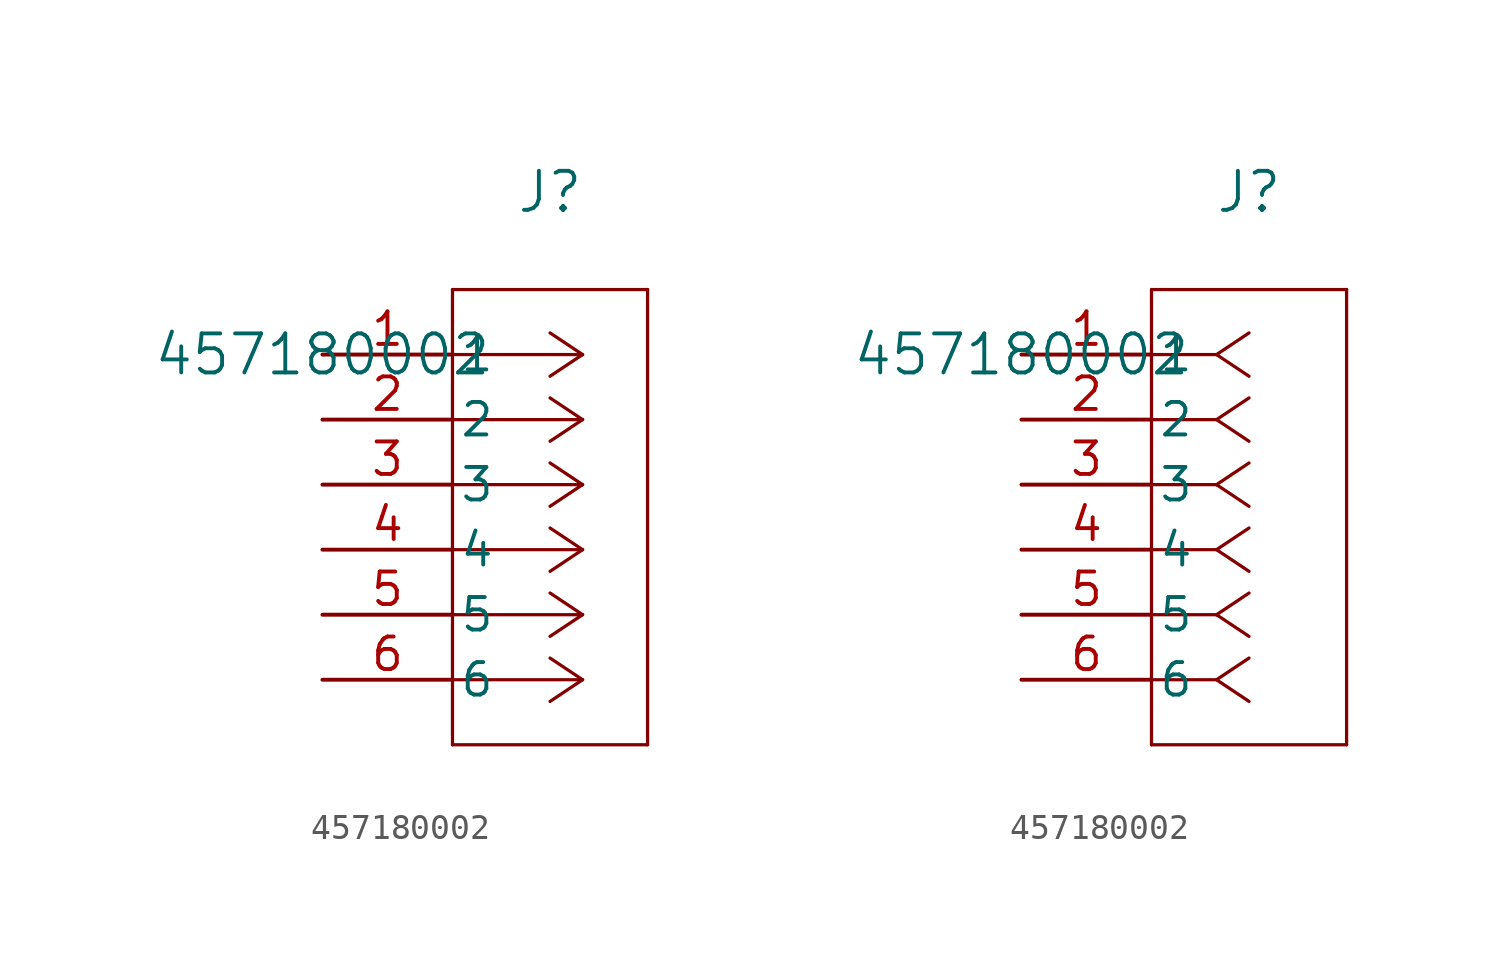
<source format=kicad_sym>
(kicad_symbol_lib
  (version 20241209)
  (generator "kicad_symbol_editor")
  (generator_version "9.0")
  (symbol "457180002"
    (pin_names
      (offset 0.254))
    (property "Reference" "J"
      (at 8.89 6.35 0)
      (effects (font (size 1.524 1.524))))
    (property "Value" "457180002"
      (at 0 0 0)
      (effects (font (size 1.524 1.524))))
    (symbol "457180002_1_1"
      (polyline (pts (xy 5.08 2.54) (xy 5.08 -15.24)) (stroke (width 0.127) (type default)) (fill (type none)))
      (polyline (pts (xy 5.08 -15.24) (xy 12.7 -15.24)) (stroke (width 0.127) (type default)) (fill (type none)))
      (polyline (pts (xy 10.16 0) (xy 5.08 0)) (stroke (width 0.127) (type default)) (fill (type none)))
      (polyline (pts (xy 10.16 0) (xy 8.89 0.847)) (stroke (width 0.127) (type default)) (fill (type none)))
      (polyline (pts (xy 10.16 0) (xy 8.89 -0.847)) (stroke (width 0.127) (type default)) (fill (type none)))
      (polyline (pts (xy 10.16 -2.54) (xy 5.08 -2.54)) (stroke (width 0.127) (type default)) (fill (type none)))
      (polyline (pts (xy 10.16 -2.54) (xy 8.89 -1.693)) (stroke (width 0.127) (type default)) (fill (type none)))
      (polyline (pts (xy 10.16 -2.54) (xy 8.89 -3.387)) (stroke (width 0.127) (type default)) (fill (type none)))
      (polyline (pts (xy 10.16 -5.08) (xy 5.08 -5.08)) (stroke (width 0.127) (type default)) (fill (type none)))
      (polyline (pts (xy 10.16 -5.08) (xy 8.89 -4.233)) (stroke (width 0.127) (type default)) (fill (type none)))
      (polyline (pts (xy 10.16 -5.08) (xy 8.89 -5.927)) (stroke (width 0.127) (type default)) (fill (type none)))
      (polyline (pts (xy 10.16 -7.62) (xy 5.08 -7.62)) (stroke (width 0.127) (type default)) (fill (type none)))
      (polyline (pts (xy 10.16 -7.62) (xy 8.89 -6.773)) (stroke (width 0.127) (type default)) (fill (type none)))
      (polyline (pts (xy 10.16 -7.62) (xy 8.89 -8.467)) (stroke (width 0.127) (type default)) (fill (type none)))
      (polyline (pts (xy 10.16 -10.16) (xy 5.08 -10.16)) (stroke (width 0.127) (type default)) (fill (type none)))
      (polyline (pts (xy 10.16 -10.16) (xy 8.89 -9.313)) (stroke (width 0.127) (type default)) (fill (type none)))
      (polyline (pts (xy 10.16 -10.16) (xy 8.89 -11.007)) (stroke (width 0.127) (type default)) (fill (type none)))
      (polyline (pts (xy 10.16 -12.7) (xy 5.08 -12.7)) (stroke (width 0.127) (type default)) (fill (type none)))
      (polyline (pts (xy 10.16 -12.7) (xy 8.89 -11.853)) (stroke (width 0.127) (type default)) (fill (type none)))
      (polyline (pts (xy 10.16 -12.7) (xy 8.89 -13.547)) (stroke (width 0.127) (type default)) (fill (type none)))
      (polyline (pts (xy 12.7 2.54) (xy 5.08 2.54)) (stroke (width 0.127) (type default)) (fill (type none)))
      (polyline (pts (xy 12.7 -15.24) (xy 12.7 2.54)) (stroke (width 0.127) (type default)) (fill (type none)))
      (pin unspecified line (at 0 0 0) (length 5.08) (name "1" (effects (font (size 1.27 1.27)))) (number "1" (effects (font (size 1.27 1.27)))))
      (pin unspecified line (at 0 -2.54 0) (length 5.08) (name "2" (effects (font (size 1.27 1.27)))) (number "2" (effects (font (size 1.27 1.27)))))
      (pin unspecified line (at 0 -5.08 0) (length 5.08) (name "3" (effects (font (size 1.27 1.27)))) (number "3" (effects (font (size 1.27 1.27)))))
      (pin unspecified line (at 0 -7.62 0) (length 5.08) (name "4" (effects (font (size 1.27 1.27)))) (number "4" (effects (font (size 1.27 1.27)))))
      (pin unspecified line (at 0 -10.16 0) (length 5.08) (name "5" (effects (font (size 1.27 1.27)))) (number "5" (effects (font (size 1.27 1.27)))))
      (pin unspecified line (at 0 -12.7 0) (length 5.08) (name "6" (effects (font (size 1.27 1.27)))) (number "6" (effects (font (size 1.27 1.27))))))
    (symbol "457180002_1_2"
      (polyline (pts (xy 5.08 2.54) (xy 5.08 -15.24)) (stroke (width 0.127) (type default)) (fill (type none)))
      (polyline (pts (xy 5.08 -15.24) (xy 12.7 -15.24)) (stroke (width 0.127) (type default)) (fill (type none)))
      (polyline (pts (xy 7.62 0) (xy 5.08 0)) (stroke (width 0.127) (type default)) (fill (type none)))
      (polyline (pts (xy 7.62 0) (xy 8.89 0.847)) (stroke (width 0.127) (type default)) (fill (type none)))
      (polyline (pts (xy 7.62 0) (xy 8.89 -0.847)) (stroke (width 0.127) (type default)) (fill (type none)))
      (polyline (pts (xy 7.62 -2.54) (xy 5.08 -2.54)) (stroke (width 0.127) (type default)) (fill (type none)))
      (polyline (pts (xy 7.62 -2.54) (xy 8.89 -1.693)) (stroke (width 0.127) (type default)) (fill (type none)))
      (polyline (pts (xy 7.62 -2.54) (xy 8.89 -3.387)) (stroke (width 0.127) (type default)) (fill (type none)))
      (polyline (pts (xy 7.62 -5.08) (xy 5.08 -5.08)) (stroke (width 0.127) (type default)) (fill (type none)))
      (polyline (pts (xy 7.62 -5.08) (xy 8.89 -4.233)) (stroke (width 0.127) (type default)) (fill (type none)))
      (polyline (pts (xy 7.62 -5.08) (xy 8.89 -5.927)) (stroke (width 0.127) (type default)) (fill (type none)))
      (polyline (pts (xy 7.62 -7.62) (xy 5.08 -7.62)) (stroke (width 0.127) (type default)) (fill (type none)))
      (polyline (pts (xy 7.62 -7.62) (xy 8.89 -6.773)) (stroke (width 0.127) (type default)) (fill (type none)))
      (polyline (pts (xy 7.62 -7.62) (xy 8.89 -8.467)) (stroke (width 0.127) (type default)) (fill (type none)))
      (polyline (pts (xy 7.62 -10.16) (xy 5.08 -10.16)) (stroke (width 0.127) (type default)) (fill (type none)))
      (polyline (pts (xy 7.62 -10.16) (xy 8.89 -9.313)) (stroke (width 0.127) (type default)) (fill (type none)))
      (polyline (pts (xy 7.62 -10.16) (xy 8.89 -11.007)) (stroke (width 0.127) (type default)) (fill (type none)))
      (polyline (pts (xy 7.62 -12.7) (xy 5.08 -12.7)) (stroke (width 0.127) (type default)) (fill (type none)))
      (polyline (pts (xy 7.62 -12.7) (xy 8.89 -11.853)) (stroke (width 0.127) (type default)) (fill (type none)))
      (polyline (pts (xy 7.62 -12.7) (xy 8.89 -13.547)) (stroke (width 0.127) (type default)) (fill (type none)))
      (polyline (pts (xy 12.7 2.54) (xy 5.08 2.54)) (stroke (width 0.127) (type default)) (fill (type none)))
      (polyline (pts (xy 12.7 -15.24) (xy 12.7 2.54)) (stroke (width 0.127) (type default)) (fill (type none)))
      (pin unspecified line (at 0 0 0) (length 5.08) (name "1" (effects (font (size 1.27 1.27)))) (number "1" (effects (font (size 1.27 1.27)))))
      (pin unspecified line (at 0 -2.54 0) (length 5.08) (name "2" (effects (font (size 1.27 1.27)))) (number "2" (effects (font (size 1.27 1.27)))))
      (pin unspecified line (at 0 -5.08 0) (length 5.08) (name "3" (effects (font (size 1.27 1.27)))) (number "3" (effects (font (size 1.27 1.27)))))
      (pin unspecified line (at 0 -7.62 0) (length 5.08) (name "4" (effects (font (size 1.27 1.27)))) (number "4" (effects (font (size 1.27 1.27)))))
      (pin unspecified line (at 0 -10.16 0) (length 5.08) (name "5" (effects (font (size 1.27 1.27)))) (number "5" (effects (font (size 1.27 1.27)))))
      (pin unspecified line (at 0 -12.7 0) (length 5.08) (name "6" (effects (font (size 1.27 1.27)))) (number "6" (effects (font (size 1.27 1.27))))))))
</source>
